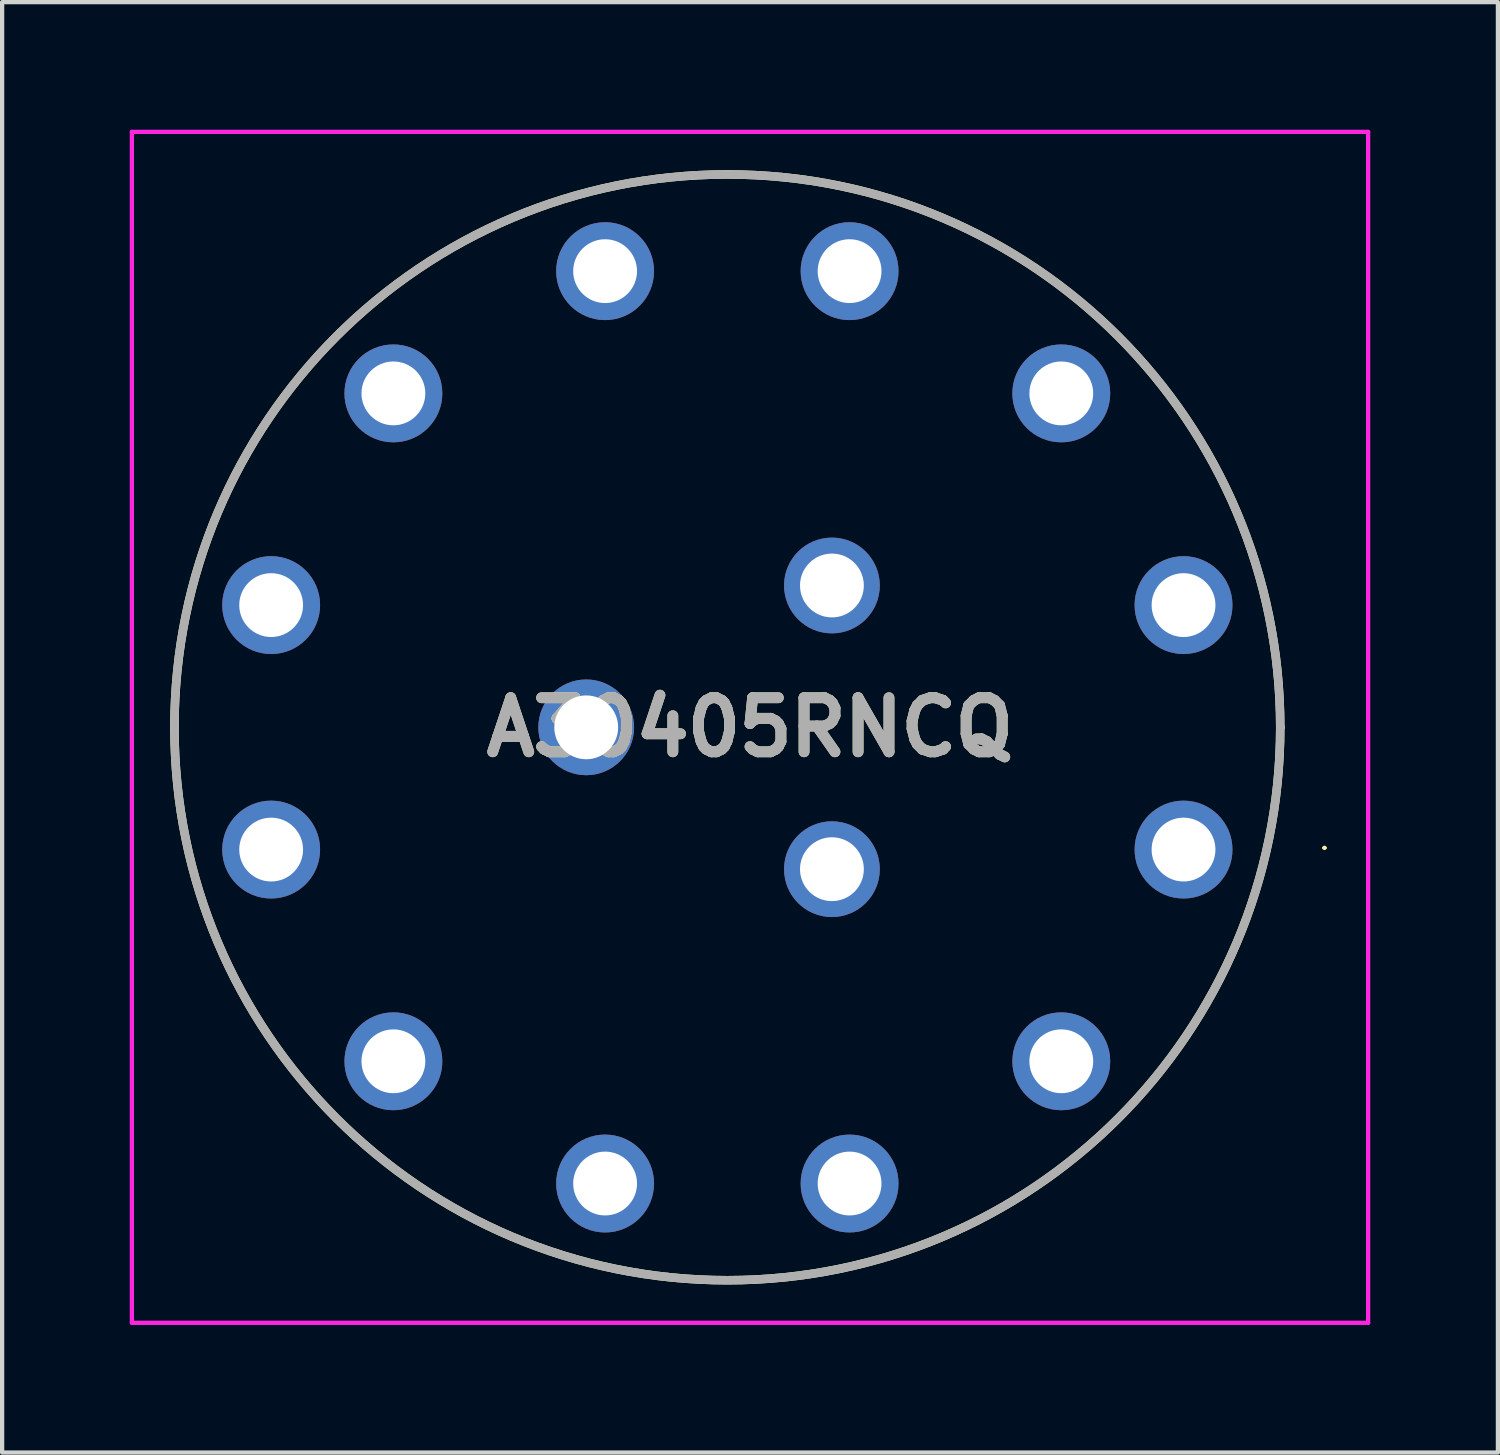
<source format=kicad_pcb>
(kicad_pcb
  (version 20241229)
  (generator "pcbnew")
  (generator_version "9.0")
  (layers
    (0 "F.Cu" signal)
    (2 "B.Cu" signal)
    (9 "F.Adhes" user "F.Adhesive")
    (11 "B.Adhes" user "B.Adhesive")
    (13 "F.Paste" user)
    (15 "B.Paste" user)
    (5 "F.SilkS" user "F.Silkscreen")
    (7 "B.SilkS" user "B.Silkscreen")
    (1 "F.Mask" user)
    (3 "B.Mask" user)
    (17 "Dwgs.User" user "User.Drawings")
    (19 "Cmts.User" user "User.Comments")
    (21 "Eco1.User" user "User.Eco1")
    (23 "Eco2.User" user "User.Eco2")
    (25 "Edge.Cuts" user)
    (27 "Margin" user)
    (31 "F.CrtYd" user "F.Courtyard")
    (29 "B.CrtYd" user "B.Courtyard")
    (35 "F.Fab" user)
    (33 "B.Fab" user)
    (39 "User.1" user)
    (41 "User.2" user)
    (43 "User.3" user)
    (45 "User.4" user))
  (footprint "A30405RNCQ"
    (layer "F.Cu")
    (at 24.767 16.918)
    (property "Reference" "A30405RNCQ" (at -10.189 -2.873 0) (layer "F.SilkS") (effects (font (size 1.27 1.27) (thickness 0.254))))
    (attr through_hole)
    (fp_line (start -23.717 -2.873) (end -23.717 -2.873) (stroke (width 0.2) (type solid)) (layer "F.SilkS"))
    (fp_line (start 2.273 -2.873) (end 2.273 -2.873) (stroke (width 0.2) (type solid)) (layer "F.SilkS"))
    (fp_line (start 3.287 -0.04) (end 3.287 -0.04) (stroke (width 0.052) (type solid)) (layer "F.SilkS"))
    (fp_line (start 3.339 -0.04) (end 3.339 -0.04) (stroke (width 0.052) (type solid)) (layer "F.SilkS"))
    (fp_arc (start -23.717 -2.873) (mid -10.722 -15.868) (end 2.273 -2.873) (stroke (width 0.2) (type solid)) (layer "F.SilkS"))
    (fp_arc (start 2.273 -2.873) (mid -10.722 10.122) (end -23.717 -2.873) (stroke (width 0.2) (type solid)) (layer "F.SilkS"))
    (fp_arc (start 3.287 -0.04) (mid 3.313 -0.066) (end 3.339 -0.04) (stroke (width 0.052) (type solid)) (layer "F.SilkS"))
    (fp_arc (start 3.339 -0.04) (mid 3.313 -0.014) (end 3.287 -0.04) (stroke (width 0.052) (type solid)) (layer "F.SilkS"))
    (fp_line (start -24.717 -16.868) (end 4.339 -16.868) (stroke (width 0.1) (type solid)) (layer "F.CrtYd"))
    (fp_line (start -24.717 11.122) (end -24.717 -16.868) (stroke (width 0.1) (type solid)) (layer "F.CrtYd"))
    (fp_line (start 4.339 -16.868) (end 4.339 11.122) (stroke (width 0.1) (type solid)) (layer "F.CrtYd"))
    (fp_line (start 4.339 11.122) (end -24.717 11.122) (stroke (width 0.1) (type solid)) (layer "F.CrtYd"))
    (fp_line (start -23.717 -2.873) (end -23.717 -2.873) (stroke (width 0.2) (type solid)) (layer "F.Fab"))
    (fp_line (start 2.273 -2.873) (end 2.273 -2.873) (stroke (width 0.2) (type solid)) (layer "F.Fab"))
    (fp_arc (start -23.717 -2.873) (mid -10.722 -15.868) (end 2.273 -2.873) (stroke (width 0.2) (type solid)) (layer "F.Fab"))
    (fp_arc (start 2.273 -2.873) (mid -10.722 10.122) (end -23.717 -2.873) (stroke (width 0.2) (type solid)) (layer "F.Fab"))
    (fp_text user "${REFERENCE}" (at -10.189 -2.873 0) (layer "F.Fab") (effects (font (size 1.27 1.27) (thickness 0.254))))
    (pad "1" thru_hole circle (at 0 0) (size 2.3 2.3) (drill 1.5) (layers "*.Cu" "*.Mask"))
    (pad "2" thru_hole circle (at -2.873 4.976) (size 2.3 2.3) (drill 1.5) (layers "*.Cu" "*.Mask"))
    (pad "3" thru_hole circle (at -7.849 7.849) (size 2.3 2.3) (drill 1.5) (layers "*.Cu" "*.Mask"))
    (pad "4" thru_hole circle (at -13.595 7.849) (size 2.3 2.3) (drill 1.5) (layers "*.Cu" "*.Mask"))
    (pad "5" thru_hole circle (at -18.571 4.976) (size 2.3 2.3) (drill 1.5) (layers "*.Cu" "*.Mask"))
    (pad "6" thru_hole circle (at -21.444 0) (size 2.3 2.3) (drill 1.5) (layers "*.Cu" "*.Mask"))
    (pad "7" thru_hole circle (at -21.444 -5.746) (size 2.3 2.3) (drill 1.5) (layers "*.Cu" "*.Mask"))
    (pad "8" thru_hole circle (at -18.571 -10.722) (size 2.3 2.3) (drill 1.5) (layers "*.Cu" "*.Mask"))
    (pad "9" thru_hole circle (at -13.595 -13.595) (size 2.3 2.3) (drill 1.5) (layers "*.Cu" "*.Mask"))
    (pad "10" thru_hole circle (at -7.849 -13.595) (size 2.3 2.3) (drill 1.5) (layers "*.Cu" "*.Mask"))
    (pad "11" thru_hole circle (at -2.873 -10.722) (size 2.3 2.3) (drill 1.5) (layers "*.Cu" "*.Mask"))
    (pad "12" thru_hole circle (at 0 -5.746) (size 2.3 2.3) (drill 1.5) (layers "*.Cu" "*.Mask"))
    (pad "13" thru_hole circle (at -8.264 0.461) (size 2.25 2.25) (drill 1.5) (layers "*.Cu" "*.Mask"))
    (pad "14" thru_hole circle (at -14.039 -2.873) (size 2.25 2.25) (drill 1.5) (layers "*.Cu" "*.Mask"))
    (pad "15" thru_hole circle (at -8.264 -6.207) (size 2.25 2.25) (drill 1.5) (layers "*.Cu" "*.Mask")))
  (gr_rect
    (start -3 -3)
    (end 32.156 31.09)
    (stroke (width 0.1) (type default))
    (fill no)
    (layer "Edge.Cuts")))
</source>
